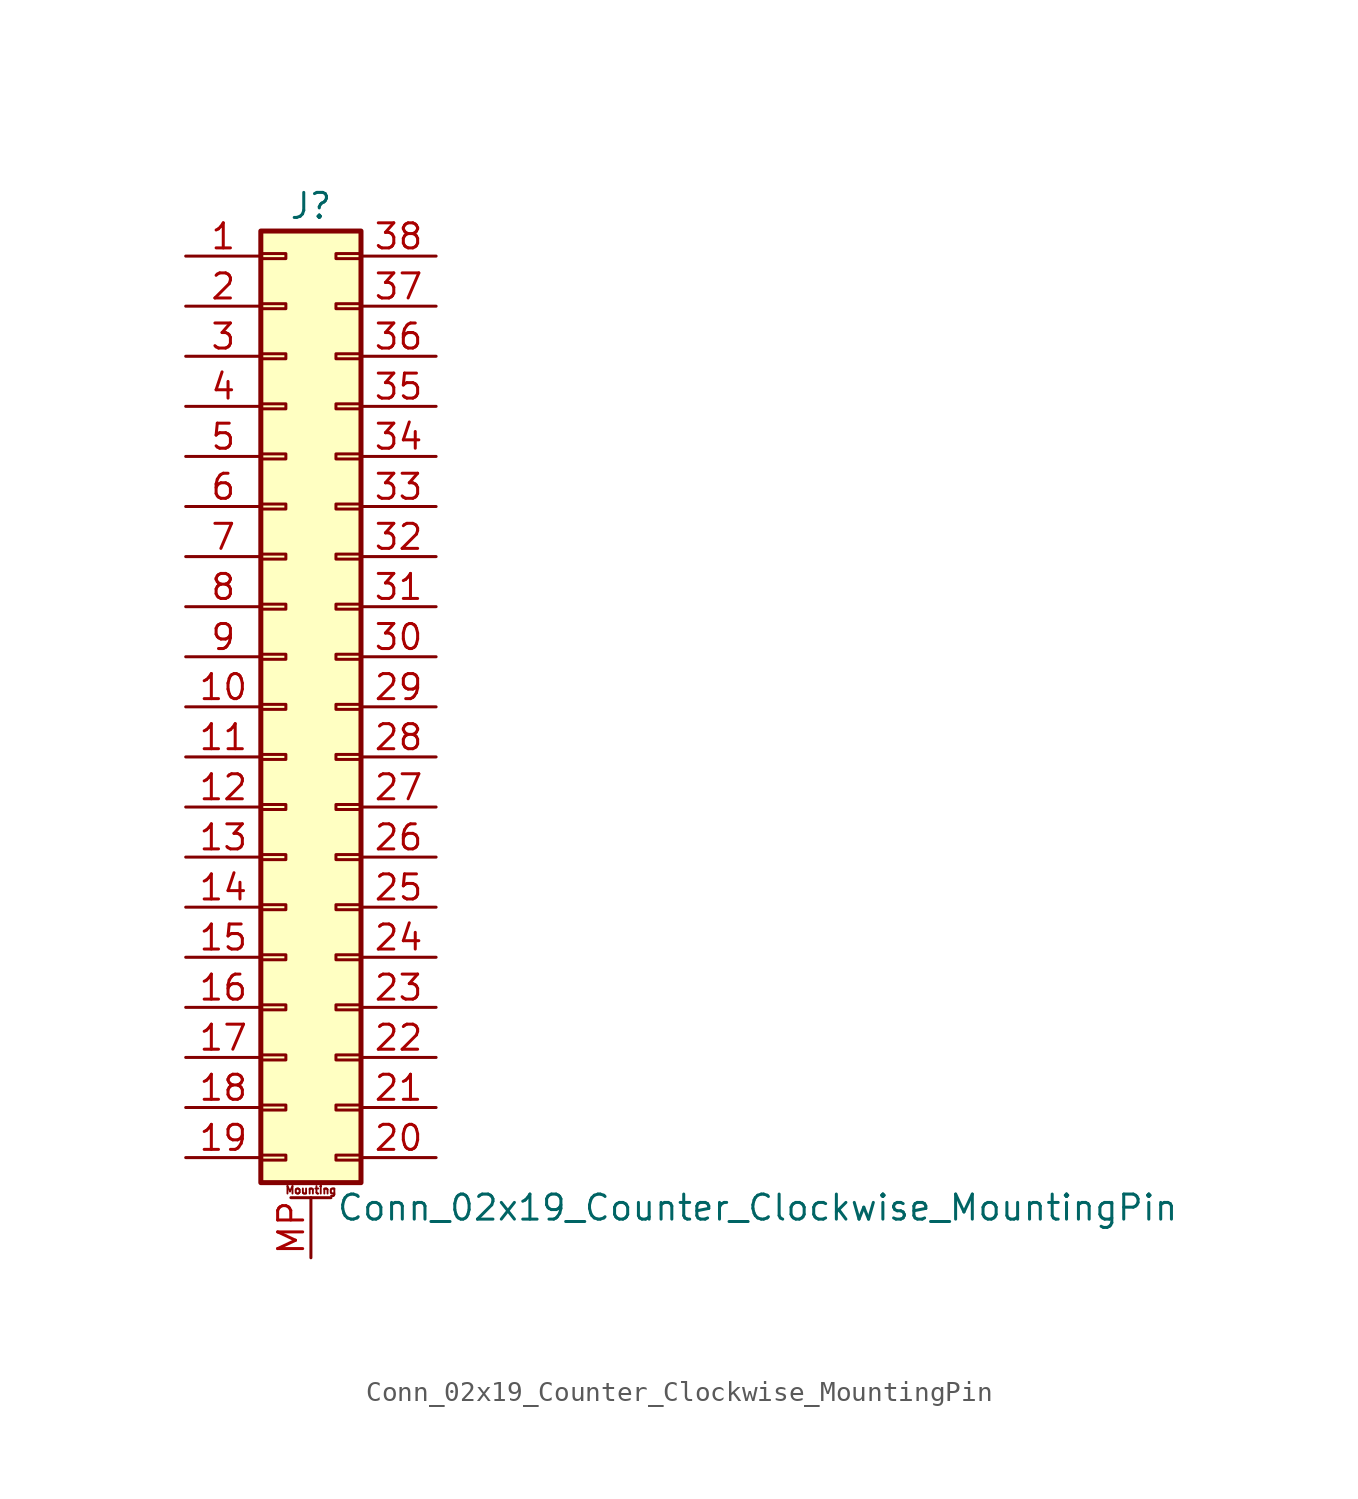
<source format=kicad_sym>
(kicad_symbol_lib
  (version 20201005)
  (generator kicad_symbol_editor)
  (symbol "Connector_Generic_MountingPin:Conn_02x19_Counter_Clockwise_MountingPin"
    (pin_names
      (offset 1.016) hide)
    (property "Reference" "J"
      (at 1.27 25.4 0)
      (effects (font (size 1.27 1.27))))
    (property "Value" "Conn_02x19_Counter_Clockwise_MountingPin"
      (at 2.54 -25.4 0)
      (effects (font (size 1.27 1.27)) (justify left)))
    (symbol "Conn_02x19_Counter_Clockwise_MountingPin_1_1"
      (text "Mounting" (at 1.27 -24.511 0) (effects (font (size 0.381 0.381))))
      (rectangle (start -1.27 -4.953) (end 0 -5.207) (stroke (width 0.152)) (fill (type none)))
      (rectangle (start -1.27 -7.493) (end 0 -7.747) (stroke (width 0.152)) (fill (type none)))
      (rectangle (start -1.27 -10.033) (end 0 -10.287) (stroke (width 0.152)) (fill (type none)))
      (rectangle (start -1.27 -12.573) (end 0 -12.827) (stroke (width 0.152)) (fill (type none)))
      (rectangle (start -1.27 -15.113) (end 0 -15.367) (stroke (width 0.152)) (fill (type none)))
      (rectangle (start -1.27 -17.653) (end 0 -17.907) (stroke (width 0.152)) (fill (type none)))
      (rectangle (start -1.27 -20.193) (end 0 -20.447) (stroke (width 0.152)) (fill (type none)))
      (rectangle (start -1.27 -22.733) (end 0 -22.987) (stroke (width 0.152)) (fill (type none)))
      (rectangle (start -1.27 -2.413) (end 0 -2.667) (stroke (width 0.152)) (fill (type none)))
      (rectangle (start -1.27 2.667) (end 0 2.413) (stroke (width 0.152)) (fill (type none)))
      (rectangle (start -1.27 5.207) (end 0 4.953) (stroke (width 0.152)) (fill (type none)))
      (rectangle (start -1.27 7.747) (end 0 7.493) (stroke (width 0.152)) (fill (type none)))
      (rectangle (start -1.27 10.287) (end 0 10.033) (stroke (width 0.152)) (fill (type none)))
      (rectangle (start -1.27 0.127) (end 0 -0.127) (stroke (width 0.152)) (fill (type none)))
      (rectangle (start -1.27 12.827) (end 0 12.573) (stroke (width 0.152)) (fill (type none)))
      (rectangle (start -1.27 15.367) (end 0 15.113) (stroke (width 0.152)) (fill (type none)))
      (rectangle (start -1.27 17.907) (end 0 17.653) (stroke (width 0.152)) (fill (type none)))
      (rectangle (start -1.27 20.447) (end 0 20.193) (stroke (width 0.152)) (fill (type none)))
      (rectangle (start -1.27 22.987) (end 0 22.733) (stroke (width 0.152)) (fill (type none)))
      (rectangle (start -1.27 24.13) (end 3.81 -24.13) (stroke (width 0.254)) (fill (type background)))
      (rectangle (start 3.81 -4.953) (end 2.54 -5.207) (stroke (width 0.152)) (fill (type none)))
      (rectangle (start 3.81 -7.493) (end 2.54 -7.747) (stroke (width 0.152)) (fill (type none)))
      (rectangle (start 3.81 -10.033) (end 2.54 -10.287) (stroke (width 0.152)) (fill (type none)))
      (rectangle (start 3.81 -12.573) (end 2.54 -12.827) (stroke (width 0.152)) (fill (type none)))
      (rectangle (start 3.81 -15.113) (end 2.54 -15.367) (stroke (width 0.152)) (fill (type none)))
      (rectangle (start 3.81 -17.653) (end 2.54 -17.907) (stroke (width 0.152)) (fill (type none)))
      (rectangle (start 3.81 -20.193) (end 2.54 -20.447) (stroke (width 0.152)) (fill (type none)))
      (rectangle (start 3.81 -22.733) (end 2.54 -22.987) (stroke (width 0.152)) (fill (type none)))
      (rectangle (start 3.81 -2.413) (end 2.54 -2.667) (stroke (width 0.152)) (fill (type none)))
      (rectangle (start 3.81 2.667) (end 2.54 2.413) (stroke (width 0.152)) (fill (type none)))
      (rectangle (start 3.81 5.207) (end 2.54 4.953) (stroke (width 0.152)) (fill (type none)))
      (rectangle (start 3.81 7.747) (end 2.54 7.493) (stroke (width 0.152)) (fill (type none)))
      (rectangle (start 3.81 10.287) (end 2.54 10.033) (stroke (width 0.152)) (fill (type none)))
      (rectangle (start 3.81 0.127) (end 2.54 -0.127) (stroke (width 0.152)) (fill (type none)))
      (rectangle (start 3.81 12.827) (end 2.54 12.573) (stroke (width 0.152)) (fill (type none)))
      (rectangle (start 3.81 15.367) (end 2.54 15.113) (stroke (width 0.152)) (fill (type none)))
      (rectangle (start 3.81 17.907) (end 2.54 17.653) (stroke (width 0.152)) (fill (type none)))
      (rectangle (start 3.81 20.447) (end 2.54 20.193) (stroke (width 0.152)) (fill (type none)))
      (rectangle (start 3.81 22.987) (end 2.54 22.733) (stroke (width 0.152)) (fill (type none)))
      (polyline (pts (xy 0.254 -24.892) (xy 2.286 -24.892)) (stroke (width 0.152)) (fill (type none)))
      (pin passive line (at 1.27 -27.94 90) (length 3.048) (name "MountPin" (effects (font (size 1.27 1.27)))) (number "MP" (effects (font (size 1.27 1.27)))))
      (pin passive line (at -5.08 22.86 0) (length 3.81) (name "Pin_1" (effects (font (size 1.27 1.27)))) (number "1" (effects (font (size 1.27 1.27)))))
      (pin passive line (at -5.08 0 0) (length 3.81) (name "Pin_10" (effects (font (size 1.27 1.27)))) (number "10" (effects (font (size 1.27 1.27)))))
      (pin passive line (at -5.08 -2.54 0) (length 3.81) (name "Pin_11" (effects (font (size 1.27 1.27)))) (number "11" (effects (font (size 1.27 1.27)))))
      (pin passive line (at -5.08 -5.08 0) (length 3.81) (name "Pin_12" (effects (font (size 1.27 1.27)))) (number "12" (effects (font (size 1.27 1.27)))))
      (pin passive line (at -5.08 -7.62 0) (length 3.81) (name "Pin_13" (effects (font (size 1.27 1.27)))) (number "13" (effects (font (size 1.27 1.27)))))
      (pin passive line (at -5.08 -10.16 0) (length 3.81) (name "Pin_14" (effects (font (size 1.27 1.27)))) (number "14" (effects (font (size 1.27 1.27)))))
      (pin passive line (at -5.08 -12.7 0) (length 3.81) (name "Pin_15" (effects (font (size 1.27 1.27)))) (number "15" (effects (font (size 1.27 1.27)))))
      (pin passive line (at -5.08 -15.24 0) (length 3.81) (name "Pin_16" (effects (font (size 1.27 1.27)))) (number "16" (effects (font (size 1.27 1.27)))))
      (pin passive line (at -5.08 -17.78 0) (length 3.81) (name "Pin_17" (effects (font (size 1.27 1.27)))) (number "17" (effects (font (size 1.27 1.27)))))
      (pin passive line (at -5.08 -20.32 0) (length 3.81) (name "Pin_18" (effects (font (size 1.27 1.27)))) (number "18" (effects (font (size 1.27 1.27)))))
      (pin passive line (at -5.08 -22.86 0) (length 3.81) (name "Pin_19" (effects (font (size 1.27 1.27)))) (number "19" (effects (font (size 1.27 1.27)))))
      (pin passive line (at -5.08 20.32 0) (length 3.81) (name "Pin_2" (effects (font (size 1.27 1.27)))) (number "2" (effects (font (size 1.27 1.27)))))
      (pin passive line (at 7.62 -22.86 180) (length 3.81) (name "Pin_20" (effects (font (size 1.27 1.27)))) (number "20" (effects (font (size 1.27 1.27)))))
      (pin passive line (at 7.62 -20.32 180) (length 3.81) (name "Pin_21" (effects (font (size 1.27 1.27)))) (number "21" (effects (font (size 1.27 1.27)))))
      (pin passive line (at 7.62 -17.78 180) (length 3.81) (name "Pin_22" (effects (font (size 1.27 1.27)))) (number "22" (effects (font (size 1.27 1.27)))))
      (pin passive line (at 7.62 -15.24 180) (length 3.81) (name "Pin_23" (effects (font (size 1.27 1.27)))) (number "23" (effects (font (size 1.27 1.27)))))
      (pin passive line (at 7.62 -12.7 180) (length 3.81) (name "Pin_24" (effects (font (size 1.27 1.27)))) (number "24" (effects (font (size 1.27 1.27)))))
      (pin passive line (at 7.62 -10.16 180) (length 3.81) (name "Pin_25" (effects (font (size 1.27 1.27)))) (number "25" (effects (font (size 1.27 1.27)))))
      (pin passive line (at 7.62 -7.62 180) (length 3.81) (name "Pin_26" (effects (font (size 1.27 1.27)))) (number "26" (effects (font (size 1.27 1.27)))))
      (pin passive line (at 7.62 -5.08 180) (length 3.81) (name "Pin_27" (effects (font (size 1.27 1.27)))) (number "27" (effects (font (size 1.27 1.27)))))
      (pin passive line (at 7.62 -2.54 180) (length 3.81) (name "Pin_28" (effects (font (size 1.27 1.27)))) (number "28" (effects (font (size 1.27 1.27)))))
      (pin passive line (at 7.62 0 180) (length 3.81) (name "Pin_29" (effects (font (size 1.27 1.27)))) (number "29" (effects (font (size 1.27 1.27)))))
      (pin passive line (at -5.08 17.78 0) (length 3.81) (name "Pin_3" (effects (font (size 1.27 1.27)))) (number "3" (effects (font (size 1.27 1.27)))))
      (pin passive line (at 7.62 2.54 180) (length 3.81) (name "Pin_30" (effects (font (size 1.27 1.27)))) (number "30" (effects (font (size 1.27 1.27)))))
      (pin passive line (at 7.62 5.08 180) (length 3.81) (name "Pin_31" (effects (font (size 1.27 1.27)))) (number "31" (effects (font (size 1.27 1.27)))))
      (pin passive line (at 7.62 7.62 180) (length 3.81) (name "Pin_32" (effects (font (size 1.27 1.27)))) (number "32" (effects (font (size 1.27 1.27)))))
      (pin passive line (at 7.62 10.16 180) (length 3.81) (name "Pin_33" (effects (font (size 1.27 1.27)))) (number "33" (effects (font (size 1.27 1.27)))))
      (pin passive line (at 7.62 12.7 180) (length 3.81) (name "Pin_34" (effects (font (size 1.27 1.27)))) (number "34" (effects (font (size 1.27 1.27)))))
      (pin passive line (at 7.62 15.24 180) (length 3.81) (name "Pin_35" (effects (font (size 1.27 1.27)))) (number "35" (effects (font (size 1.27 1.27)))))
      (pin passive line (at 7.62 17.78 180) (length 3.81) (name "Pin_36" (effects (font (size 1.27 1.27)))) (number "36" (effects (font (size 1.27 1.27)))))
      (pin passive line (at 7.62 20.32 180) (length 3.81) (name "Pin_37" (effects (font (size 1.27 1.27)))) (number "37" (effects (font (size 1.27 1.27)))))
      (pin passive line (at 7.62 22.86 180) (length 3.81) (name "Pin_38" (effects (font (size 1.27 1.27)))) (number "38" (effects (font (size 1.27 1.27)))))
      (pin passive line (at -5.08 15.24 0) (length 3.81) (name "Pin_4" (effects (font (size 1.27 1.27)))) (number "4" (effects (font (size 1.27 1.27)))))
      (pin passive line (at -5.08 12.7 0) (length 3.81) (name "Pin_5" (effects (font (size 1.27 1.27)))) (number "5" (effects (font (size 1.27 1.27)))))
      (pin passive line (at -5.08 10.16 0) (length 3.81) (name "Pin_6" (effects (font (size 1.27 1.27)))) (number "6" (effects (font (size 1.27 1.27)))))
      (pin passive line (at -5.08 7.62 0) (length 3.81) (name "Pin_7" (effects (font (size 1.27 1.27)))) (number "7" (effects (font (size 1.27 1.27)))))
      (pin passive line (at -5.08 5.08 0) (length 3.81) (name "Pin_8" (effects (font (size 1.27 1.27)))) (number "8" (effects (font (size 1.27 1.27)))))
      (pin passive line (at -5.08 2.54 0) (length 3.81) (name "Pin_9" (effects (font (size 1.27 1.27)))) (number "9" (effects (font (size 1.27 1.27))))))))
</source>
